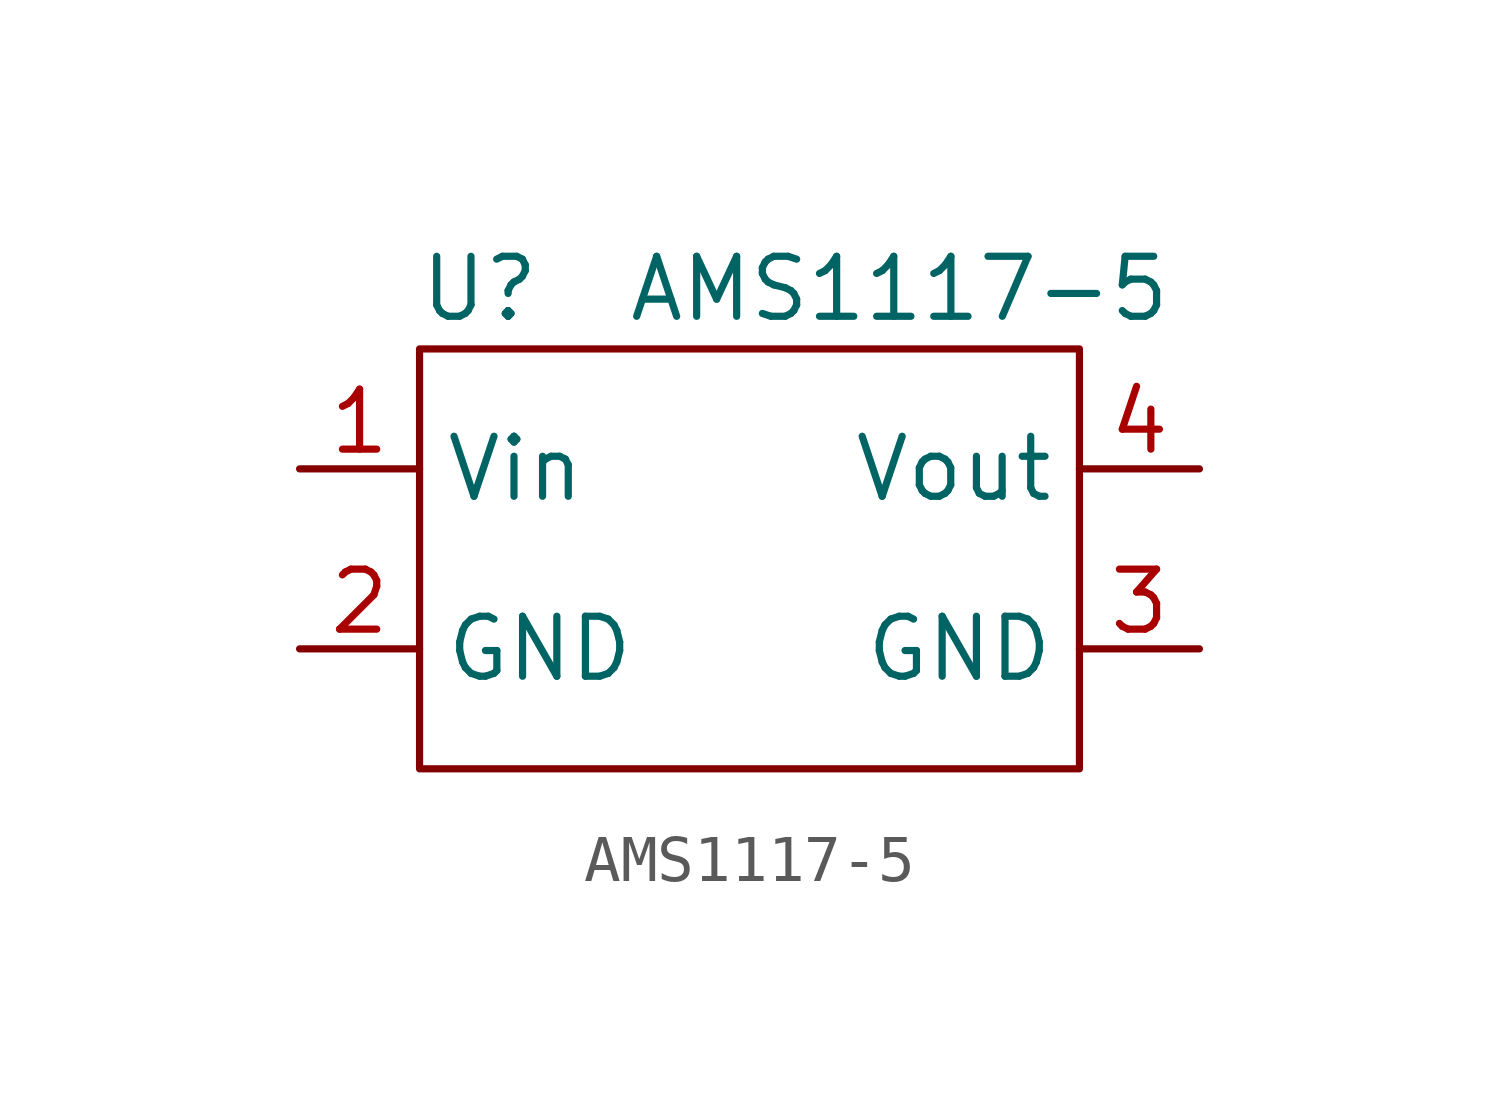
<source format=kicad_sym>
(kicad_symbol_lib
  (version 20211014)
  (generator kicad_symbol_editor)
  (symbol "AMS1117-5"
    (property "Reference" "U"
      (at 1.27 1.27 0)
      (effects (font (size 1.27 1.27))))
    (property "Value" "AMS1117-5"
      (at 10.16 1.27 0)
      (effects (font (size 1.27 1.27))))
    (symbol "AMS1117-5_0_1"
      (rectangle (start 0 0) (end 13.97 -8.89) (stroke (width 0) (type default) (color 0 0 0 0)) (fill (type none))))
    (symbol "AMS1117-5_1_1"
      (pin power_in line (at -2.54 -2.54 0) (length 2.54) (name "Vin" (effects (font (size 1.27 1.27)))) (number "1" (effects (font (size 1.27 1.27)))))
      (pin power_in line (at -2.54 -6.35 0) (length 2.54) (name "GND" (effects (font (size 1.27 1.27)))) (number "2" (effects (font (size 1.27 1.27)))))
      (pin power_in line (at 16.51 -6.35 180) (length 2.54) (name "GND" (effects (font (size 1.27 1.27)))) (number "3" (effects (font (size 1.27 1.27)))))
      (pin power_out line (at 16.51 -2.54 180) (length 2.54) (name "Vout" (effects (font (size 1.27 1.27)))) (number "4" (effects (font (size 1.27 1.27))))))))
</source>
